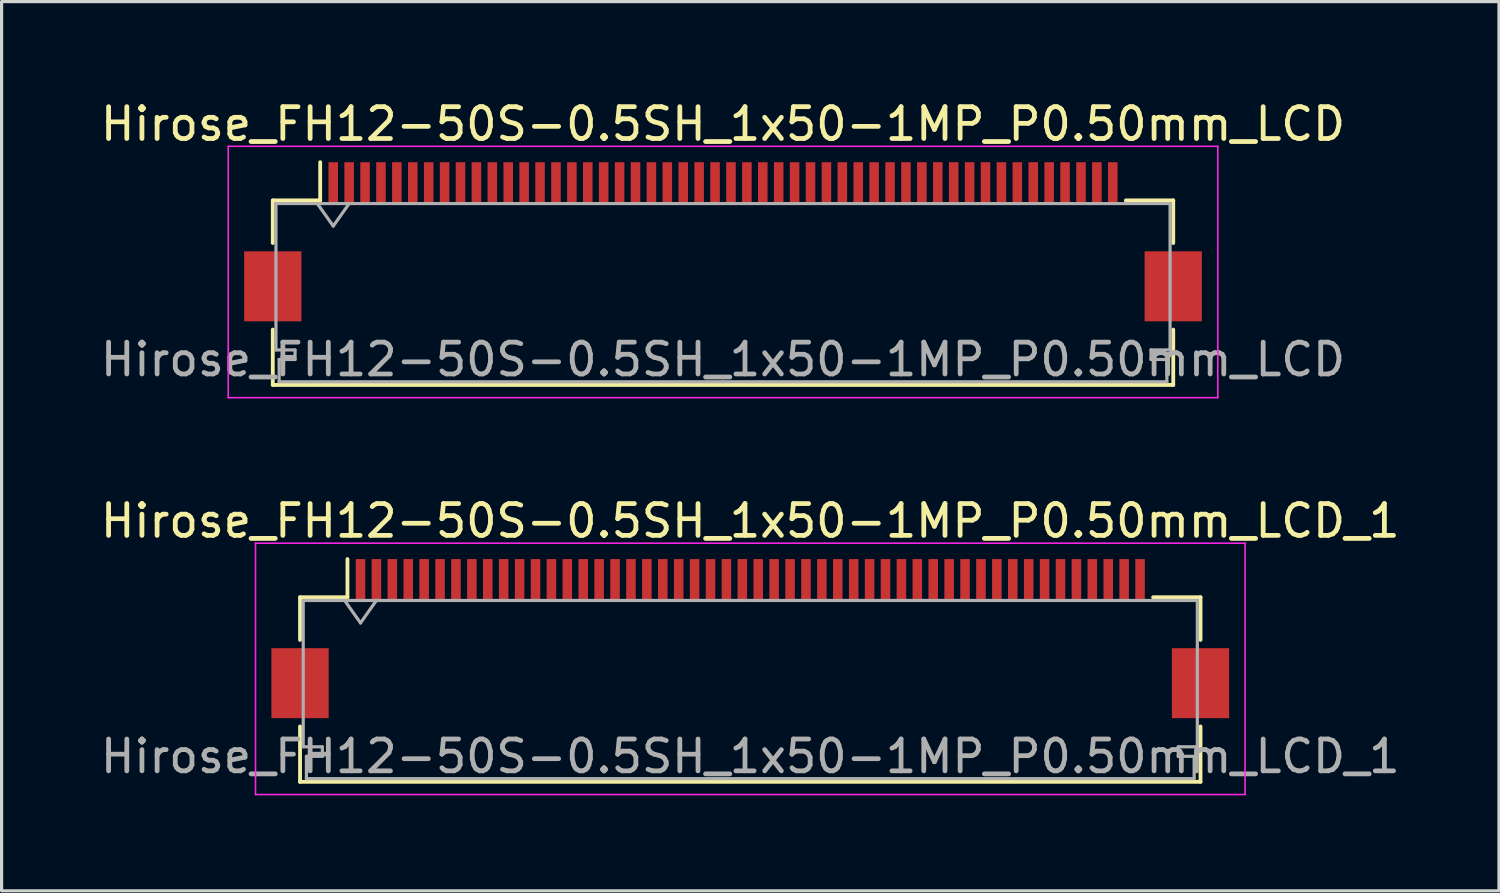
<source format=kicad_pcb>
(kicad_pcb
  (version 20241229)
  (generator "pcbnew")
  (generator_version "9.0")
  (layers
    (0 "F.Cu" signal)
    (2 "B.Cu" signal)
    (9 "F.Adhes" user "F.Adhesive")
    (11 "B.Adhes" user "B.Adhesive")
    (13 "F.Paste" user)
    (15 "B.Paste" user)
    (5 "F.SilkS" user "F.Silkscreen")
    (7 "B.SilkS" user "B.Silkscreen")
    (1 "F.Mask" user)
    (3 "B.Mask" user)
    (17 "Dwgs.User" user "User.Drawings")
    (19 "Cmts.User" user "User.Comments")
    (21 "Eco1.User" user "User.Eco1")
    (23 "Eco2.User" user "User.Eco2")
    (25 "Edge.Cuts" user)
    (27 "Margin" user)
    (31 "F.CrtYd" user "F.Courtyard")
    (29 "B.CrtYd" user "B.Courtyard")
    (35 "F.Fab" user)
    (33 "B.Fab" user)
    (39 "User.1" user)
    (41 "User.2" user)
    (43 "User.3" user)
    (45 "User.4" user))
  (footprint "Hirose_FH12-50S-0.5SH_1x50-1MP_P0.50mm_LCD"
    (layer "F.Cu")
    (at 19.673 4.548)
    (property "Reference" "Hirose_FH12-50S-0.5SH_1x50-1MP_P0.50mm_LCD" (at 0 -3.7 0) (layer "F.SilkS") (effects (font (size 1 1) (thickness 0.15))))
    (attr smd)
    (fp_line (start -14.15 -1.3) (end -14.15 0.04) (stroke (width 0.12) (type solid)) (layer "F.SilkS"))
    (fp_line (start -14.15 2.76) (end -14.15 4.5) (stroke (width 0.12) (type solid)) (layer "F.SilkS"))
    (fp_line (start -14.15 4.5) (end 14.15 4.5) (stroke (width 0.12) (type solid)) (layer "F.SilkS"))
    (fp_line (start -12.66 -1.3) (end -14.15 -1.3) (stroke (width 0.12) (type solid)) (layer "F.SilkS"))
    (fp_line (start -12.66 -1.3) (end -12.66 -2.5) (stroke (width 0.12) (type solid)) (layer "F.SilkS"))
    (fp_line (start 12.66 -1.3) (end 14.15 -1.3) (stroke (width 0.12) (type solid)) (layer "F.SilkS"))
    (fp_line (start 14.15 -1.3) (end 14.15 0.04) (stroke (width 0.12) (type solid)) (layer "F.SilkS"))
    (fp_line (start 14.15 4.5) (end 14.15 2.76) (stroke (width 0.12) (type solid)) (layer "F.SilkS"))
    (fp_line (start -15.55 -3) (end -15.55 4.9) (stroke (width 0.05) (type solid)) (layer "F.CrtYd"))
    (fp_line (start -15.55 4.9) (end 15.55 4.9) (stroke (width 0.05) (type solid)) (layer "F.CrtYd"))
    (fp_line (start 15.55 -3) (end -15.55 -3) (stroke (width 0.05) (type solid)) (layer "F.CrtYd"))
    (fp_line (start 15.55 4.9) (end 15.55 -3) (stroke (width 0.05) (type solid)) (layer "F.CrtYd"))
    (fp_line (start -14.05 -1.2) (end -14.05 3.4) (stroke (width 0.1) (type solid)) (layer "F.Fab"))
    (fp_line (start -14.05 3.4) (end -13.45 3.4) (stroke (width 0.1) (type solid)) (layer "F.Fab"))
    (fp_line (start -13.95 3.7) (end -13.95 4.4) (stroke (width 0.1) (type solid)) (layer "F.Fab"))
    (fp_line (start -13.95 4.4) (end 0 4.4) (stroke (width 0.1) (type solid)) (layer "F.Fab"))
    (fp_line (start -13.45 3.4) (end -13.45 3.7) (stroke (width 0.1) (type solid)) (layer "F.Fab"))
    (fp_line (start -13.45 3.7) (end -13.95 3.7) (stroke (width 0.1) (type solid)) (layer "F.Fab"))
    (fp_line (start -12.75 -1.2) (end -12.25 -0.493) (stroke (width 0.1) (type solid)) (layer "F.Fab"))
    (fp_line (start -12.25 -0.493) (end -11.75 -1.2) (stroke (width 0.1) (type solid)) (layer "F.Fab"))
    (fp_line (start 0 -1.2) (end -14.05 -1.2) (stroke (width 0.1) (type solid)) (layer "F.Fab"))
    (fp_line (start 0 -1.2) (end 14.05 -1.2) (stroke (width 0.1) (type solid)) (layer "F.Fab"))
    (fp_line (start 13.45 3.4) (end 13.45 3.7) (stroke (width 0.1) (type solid)) (layer "F.Fab"))
    (fp_line (start 13.45 3.7) (end 13.95 3.7) (stroke (width 0.1) (type solid)) (layer "F.Fab"))
    (fp_line (start 13.95 3.7) (end 13.95 4.4) (stroke (width 0.1) (type solid)) (layer "F.Fab"))
    (fp_line (start 13.95 4.4) (end 0 4.4) (stroke (width 0.1) (type solid)) (layer "F.Fab"))
    (fp_line (start 14.05 -1.2) (end 14.05 3.4) (stroke (width 0.1) (type solid)) (layer "F.Fab"))
    (fp_line (start 14.05 3.4) (end 13.45 3.4) (stroke (width 0.1) (type solid)) (layer "F.Fab"))
    (fp_text user "${REFERENCE}" (at 0 3.7 0) (layer "F.Fab") (effects (font (size 1 1) (thickness 0.15))))
    (pad "1" smd rect (at -12.25 -1.85) (size 0.3 1.3) (layers "F.Cu" "F.Mask" "F.Paste"))
    (pad "2" smd rect (at -11.75 -1.85) (size 0.3 1.3) (layers "F.Cu" "F.Mask" "F.Paste"))
    (pad "3" smd rect (at -11.25 -1.85) (size 0.3 1.3) (layers "F.Cu" "F.Mask" "F.Paste"))
    (pad "4" smd rect (at -10.75 -1.85) (size 0.3 1.3) (layers "F.Cu" "F.Mask" "F.Paste"))
    (pad "5" smd rect (at -10.25 -1.85) (size 0.3 1.3) (layers "F.Cu" "F.Mask" "F.Paste"))
    (pad "6" smd rect (at -9.75 -1.85) (size 0.3 1.3) (layers "F.Cu" "F.Mask" "F.Paste"))
    (pad "7" smd rect (at -9.25 -1.85) (size 0.3 1.3) (layers "F.Cu" "F.Mask" "F.Paste"))
    (pad "8" smd rect (at -8.75 -1.85) (size 0.3 1.3) (layers "F.Cu" "F.Mask" "F.Paste"))
    (pad "9" smd rect (at -8.25 -1.85) (size 0.3 1.3) (layers "F.Cu" "F.Mask" "F.Paste"))
    (pad "10" smd rect (at -7.75 -1.85) (size 0.3 1.3) (layers "F.Cu" "F.Mask" "F.Paste"))
    (pad "11" smd rect (at -7.25 -1.85) (size 0.3 1.3) (layers "F.Cu" "F.Mask" "F.Paste"))
    (pad "12" smd rect (at -6.75 -1.85) (size 0.3 1.3) (layers "F.Cu" "F.Mask" "F.Paste"))
    (pad "13" smd rect (at -6.25 -1.85) (size 0.3 1.3) (layers "F.Cu" "F.Mask" "F.Paste"))
    (pad "14" smd rect (at -5.75 -1.85) (size 0.3 1.3) (layers "F.Cu" "F.Mask" "F.Paste"))
    (pad "15" smd rect (at -5.25 -1.85) (size 0.3 1.3) (layers "F.Cu" "F.Mask" "F.Paste"))
    (pad "16" smd rect (at -4.75 -1.85) (size 0.3 1.3) (layers "F.Cu" "F.Mask" "F.Paste"))
    (pad "17" smd rect (at -4.25 -1.85) (size 0.3 1.3) (layers "F.Cu" "F.Mask" "F.Paste"))
    (pad "18" smd rect (at -3.75 -1.85) (size 0.3 1.3) (layers "F.Cu" "F.Mask" "F.Paste"))
    (pad "19" smd rect (at -3.25 -1.85) (size 0.3 1.3) (layers "F.Cu" "F.Mask" "F.Paste"))
    (pad "20" smd rect (at -2.75 -1.85) (size 0.3 1.3) (layers "F.Cu" "F.Mask" "F.Paste"))
    (pad "21" smd rect (at -2.25 -1.85) (size 0.3 1.3) (layers "F.Cu" "F.Mask" "F.Paste"))
    (pad "22" smd rect (at -1.75 -1.85) (size 0.3 1.3) (layers "F.Cu" "F.Mask" "F.Paste"))
    (pad "23" smd rect (at -1.25 -1.85) (size 0.3 1.3) (layers "F.Cu" "F.Mask" "F.Paste"))
    (pad "24" smd rect (at -0.75 -1.85) (size 0.3 1.3) (layers "F.Cu" "F.Mask" "F.Paste"))
    (pad "25" smd rect (at -0.25 -1.85) (size 0.3 1.3) (layers "F.Cu" "F.Mask" "F.Paste"))
    (pad "26" smd rect (at 0.25 -1.85) (size 0.3 1.3) (layers "F.Cu" "F.Mask" "F.Paste"))
    (pad "27" smd rect (at 0.75 -1.85) (size 0.3 1.3) (layers "F.Cu" "F.Mask" "F.Paste"))
    (pad "28" smd rect (at 1.25 -1.85) (size 0.3 1.3) (layers "F.Cu" "F.Mask" "F.Paste"))
    (pad "29" smd rect (at 1.75 -1.85) (size 0.3 1.3) (layers "F.Cu" "F.Mask" "F.Paste"))
    (pad "30" smd rect (at 2.25 -1.85) (size 0.3 1.3) (layers "F.Cu" "F.Mask" "F.Paste"))
    (pad "31" smd rect (at 2.75 -1.85) (size 0.3 1.3) (layers "F.Cu" "F.Mask" "F.Paste"))
    (pad "32" smd rect (at 3.25 -1.85) (size 0.3 1.3) (layers "F.Cu" "F.Mask" "F.Paste"))
    (pad "33" smd rect (at 3.75 -1.85) (size 0.3 1.3) (layers "F.Cu" "F.Mask" "F.Paste"))
    (pad "34" smd rect (at 4.25 -1.85) (size 0.3 1.3) (layers "F.Cu" "F.Mask" "F.Paste"))
    (pad "35" smd rect (at 4.75 -1.85) (size 0.3 1.3) (layers "F.Cu" "F.Mask" "F.Paste"))
    (pad "36" smd rect (at 5.25 -1.85) (size 0.3 1.3) (layers "F.Cu" "F.Mask" "F.Paste"))
    (pad "37" smd rect (at 5.75 -1.85) (size 0.3 1.3) (layers "F.Cu" "F.Mask" "F.Paste"))
    (pad "38" smd rect (at 6.25 -1.85) (size 0.3 1.3) (layers "F.Cu" "F.Mask" "F.Paste"))
    (pad "39" smd rect (at 6.75 -1.85) (size 0.3 1.3) (layers "F.Cu" "F.Mask" "F.Paste"))
    (pad "40" smd rect (at 7.25 -1.85) (size 0.3 1.3) (layers "F.Cu" "F.Mask" "F.Paste"))
    (pad "41" smd rect (at 7.75 -1.85) (size 0.3 1.3) (layers "F.Cu" "F.Mask" "F.Paste"))
    (pad "42" smd rect (at 8.25 -1.85) (size 0.3 1.3) (layers "F.Cu" "F.Mask" "F.Paste"))
    (pad "43" smd rect (at 8.75 -1.85) (size 0.3 1.3) (layers "F.Cu" "F.Mask" "F.Paste"))
    (pad "44" smd rect (at 9.25 -1.85) (size 0.3 1.3) (layers "F.Cu" "F.Mask" "F.Paste"))
    (pad "45" smd rect (at 9.75 -1.85) (size 0.3 1.3) (layers "F.Cu" "F.Mask" "F.Paste"))
    (pad "46" smd rect (at 10.25 -1.85) (size 0.3 1.3) (layers "F.Cu" "F.Mask" "F.Paste"))
    (pad "47" smd rect (at 10.75 -1.85) (size 0.3 1.3) (layers "F.Cu" "F.Mask" "F.Paste"))
    (pad "48" smd rect (at 11.25 -1.85) (size 0.3 1.3) (layers "F.Cu" "F.Mask" "F.Paste"))
    (pad "49" smd rect (at 11.75 -1.85) (size 0.3 1.3) (layers "F.Cu" "F.Mask" "F.Paste"))
    (pad "50" smd rect (at 12.25 -1.85) (size 0.3 1.3) (layers "F.Cu" "F.Mask" "F.Paste"))
    (pad "MP" smd rect (at -14.15 1.4) (size 1.8 2.2) (layers "F.Cu" "F.Mask" "F.Paste"))
    (pad "MP" smd rect (at 14.15 1.4) (size 1.8 2.2) (layers "F.Cu" "F.Mask" "F.Paste")))
  (footprint "Hirose_FH12-50S-0.5SH_1x50-1MP_P0.50mm_LCD_1"
    (layer "F.Cu")
    (at 20.53 17.021)
    (property "Reference" "Hirose_FH12-50S-0.5SH_1x50-1MP_P0.50mm_LCD_1" (at 0 -3.7 0) (layer "F.SilkS") (effects (font (size 1 1) (thickness 0.15))))
    (attr smd)
    (fp_line (start -14.15 -1.3) (end -14.15 0.04) (stroke (width 0.12) (type solid)) (layer "F.SilkS"))
    (fp_line (start -14.15 2.76) (end -14.15 4.5) (stroke (width 0.12) (type solid)) (layer "F.SilkS"))
    (fp_line (start -14.15 4.5) (end 14.15 4.5) (stroke (width 0.12) (type solid)) (layer "F.SilkS"))
    (fp_line (start -12.66 -1.3) (end -14.15 -1.3) (stroke (width 0.12) (type solid)) (layer "F.SilkS"))
    (fp_line (start -12.66 -1.3) (end -12.66 -2.5) (stroke (width 0.12) (type solid)) (layer "F.SilkS"))
    (fp_line (start 12.66 -1.3) (end 14.15 -1.3) (stroke (width 0.12) (type solid)) (layer "F.SilkS"))
    (fp_line (start 14.15 -1.3) (end 14.15 0.04) (stroke (width 0.12) (type solid)) (layer "F.SilkS"))
    (fp_line (start 14.15 4.5) (end 14.15 2.76) (stroke (width 0.12) (type solid)) (layer "F.SilkS"))
    (fp_line (start -15.55 -3) (end -15.55 4.9) (stroke (width 0.05) (type solid)) (layer "F.CrtYd"))
    (fp_line (start -15.55 4.9) (end 15.55 4.9) (stroke (width 0.05) (type solid)) (layer "F.CrtYd"))
    (fp_line (start 15.55 -3) (end -15.55 -3) (stroke (width 0.05) (type solid)) (layer "F.CrtYd"))
    (fp_line (start 15.55 4.9) (end 15.55 -3) (stroke (width 0.05) (type solid)) (layer "F.CrtYd"))
    (fp_line (start -14.05 -1.2) (end -14.05 3.4) (stroke (width 0.1) (type solid)) (layer "F.Fab"))
    (fp_line (start -14.05 3.4) (end -13.45 3.4) (stroke (width 0.1) (type solid)) (layer "F.Fab"))
    (fp_line (start -13.95 3.7) (end -13.95 4.4) (stroke (width 0.1) (type solid)) (layer "F.Fab"))
    (fp_line (start -13.95 4.4) (end 0 4.4) (stroke (width 0.1) (type solid)) (layer "F.Fab"))
    (fp_line (start -13.45 3.4) (end -13.45 3.7) (stroke (width 0.1) (type solid)) (layer "F.Fab"))
    (fp_line (start -13.45 3.7) (end -13.95 3.7) (stroke (width 0.1) (type solid)) (layer "F.Fab"))
    (fp_line (start -12.75 -1.2) (end -12.25 -0.493) (stroke (width 0.1) (type solid)) (layer "F.Fab"))
    (fp_line (start -12.25 -0.493) (end -11.75 -1.2) (stroke (width 0.1) (type solid)) (layer "F.Fab"))
    (fp_line (start 0 -1.2) (end -14.05 -1.2) (stroke (width 0.1) (type solid)) (layer "F.Fab"))
    (fp_line (start 0 -1.2) (end 14.05 -1.2) (stroke (width 0.1) (type solid)) (layer "F.Fab"))
    (fp_line (start 13.45 3.4) (end 13.45 3.7) (stroke (width 0.1) (type solid)) (layer "F.Fab"))
    (fp_line (start 13.45 3.7) (end 13.95 3.7) (stroke (width 0.1) (type solid)) (layer "F.Fab"))
    (fp_line (start 13.95 3.7) (end 13.95 4.4) (stroke (width 0.1) (type solid)) (layer "F.Fab"))
    (fp_line (start 13.95 4.4) (end 0 4.4) (stroke (width 0.1) (type solid)) (layer "F.Fab"))
    (fp_line (start 14.05 -1.2) (end 14.05 3.4) (stroke (width 0.1) (type solid)) (layer "F.Fab"))
    (fp_line (start 14.05 3.4) (end 13.45 3.4) (stroke (width 0.1) (type solid)) (layer "F.Fab"))
    (fp_text user "${REFERENCE}" (at 0 3.7 0) (layer "F.Fab") (effects (font (size 1 1) (thickness 0.15))))
    (pad "1" smd rect (at 12.25 -1.85) (size 0.3 1.3) (layers "F.Cu" "F.Mask" "F.Paste"))
    (pad "2" smd rect (at 11.75 -1.85) (size 0.3 1.3) (layers "F.Cu" "F.Mask" "F.Paste"))
    (pad "3" smd rect (at 11.25 -1.85) (size 0.3 1.3) (layers "F.Cu" "F.Mask" "F.Paste"))
    (pad "4" smd rect (at 10.75 -1.85) (size 0.3 1.3) (layers "F.Cu" "F.Mask" "F.Paste"))
    (pad "5" smd rect (at 10.25 -1.85) (size 0.3 1.3) (layers "F.Cu" "F.Mask" "F.Paste"))
    (pad "6" smd rect (at 9.75 -1.85) (size 0.3 1.3) (layers "F.Cu" "F.Mask" "F.Paste"))
    (pad "7" smd rect (at 9.25 -1.85) (size 0.3 1.3) (layers "F.Cu" "F.Mask" "F.Paste"))
    (pad "8" smd rect (at 8.75 -1.85) (size 0.3 1.3) (layers "F.Cu" "F.Mask" "F.Paste"))
    (pad "9" smd rect (at 8.25 -1.85) (size 0.3 1.3) (layers "F.Cu" "F.Mask" "F.Paste"))
    (pad "10" smd rect (at 7.75 -1.85) (size 0.3 1.3) (layers "F.Cu" "F.Mask" "F.Paste"))
    (pad "11" smd rect (at 7.25 -1.85) (size 0.3 1.3) (layers "F.Cu" "F.Mask" "F.Paste"))
    (pad "12" smd rect (at 6.75 -1.85) (size 0.3 1.3) (layers "F.Cu" "F.Mask" "F.Paste"))
    (pad "13" smd rect (at 6.25 -1.85) (size 0.3 1.3) (layers "F.Cu" "F.Mask" "F.Paste"))
    (pad "14" smd rect (at 5.75 -1.85) (size 0.3 1.3) (layers "F.Cu" "F.Mask" "F.Paste"))
    (pad "15" smd rect (at 5.25 -1.85) (size 0.3 1.3) (layers "F.Cu" "F.Mask" "F.Paste"))
    (pad "16" smd rect (at 4.75 -1.85) (size 0.3 1.3) (layers "F.Cu" "F.Mask" "F.Paste"))
    (pad "17" smd rect (at 4.25 -1.85) (size 0.3 1.3) (layers "F.Cu" "F.Mask" "F.Paste"))
    (pad "18" smd rect (at 3.75 -1.85) (size 0.3 1.3) (layers "F.Cu" "F.Mask" "F.Paste"))
    (pad "19" smd rect (at 3.25 -1.85) (size 0.3 1.3) (layers "F.Cu" "F.Mask" "F.Paste"))
    (pad "20" smd rect (at 2.75 -1.85) (size 0.3 1.3) (layers "F.Cu" "F.Mask" "F.Paste"))
    (pad "21" smd rect (at 2.25 -1.85) (size 0.3 1.3) (layers "F.Cu" "F.Mask" "F.Paste"))
    (pad "22" smd rect (at 1.75 -1.85) (size 0.3 1.3) (layers "F.Cu" "F.Mask" "F.Paste"))
    (pad "23" smd rect (at 1.25 -1.85) (size 0.3 1.3) (layers "F.Cu" "F.Mask" "F.Paste"))
    (pad "24" smd rect (at 0.75 -1.85) (size 0.3 1.3) (layers "F.Cu" "F.Mask" "F.Paste"))
    (pad "25" smd rect (at 0.25 -1.85) (size 0.3 1.3) (layers "F.Cu" "F.Mask" "F.Paste"))
    (pad "26" smd rect (at -0.25 -1.85) (size 0.3 1.3) (layers "F.Cu" "F.Mask" "F.Paste"))
    (pad "27" smd rect (at -0.75 -1.85) (size 0.3 1.3) (layers "F.Cu" "F.Mask" "F.Paste"))
    (pad "28" smd rect (at -1.25 -1.85) (size 0.3 1.3) (layers "F.Cu" "F.Mask" "F.Paste"))
    (pad "29" smd rect (at -1.75 -1.85) (size 0.3 1.3) (layers "F.Cu" "F.Mask" "F.Paste"))
    (pad "30" smd rect (at -2.25 -1.85) (size 0.3 1.3) (layers "F.Cu" "F.Mask" "F.Paste"))
    (pad "31" smd rect (at -2.75 -1.85) (size 0.3 1.3) (layers "F.Cu" "F.Mask" "F.Paste"))
    (pad "32" smd rect (at -3.25 -1.85) (size 0.3 1.3) (layers "F.Cu" "F.Mask" "F.Paste"))
    (pad "33" smd rect (at -3.75 -1.85) (size 0.3 1.3) (layers "F.Cu" "F.Mask" "F.Paste"))
    (pad "34" smd rect (at -4.25 -1.85) (size 0.3 1.3) (layers "F.Cu" "F.Mask" "F.Paste"))
    (pad "35" smd rect (at -4.75 -1.85) (size 0.3 1.3) (layers "F.Cu" "F.Mask" "F.Paste"))
    (pad "36" smd rect (at -5.25 -1.85) (size 0.3 1.3) (layers "F.Cu" "F.Mask" "F.Paste"))
    (pad "37" smd rect (at -5.75 -1.85) (size 0.3 1.3) (layers "F.Cu" "F.Mask" "F.Paste"))
    (pad "38" smd rect (at -6.25 -1.85) (size 0.3 1.3) (layers "F.Cu" "F.Mask" "F.Paste"))
    (pad "39" smd rect (at -6.75 -1.85) (size 0.3 1.3) (layers "F.Cu" "F.Mask" "F.Paste"))
    (pad "40" smd rect (at -7.25 -1.85) (size 0.3 1.3) (layers "F.Cu" "F.Mask" "F.Paste"))
    (pad "41" smd rect (at -7.75 -1.85) (size 0.3 1.3) (layers "F.Cu" "F.Mask" "F.Paste"))
    (pad "42" smd rect (at -8.25 -1.85) (size 0.3 1.3) (layers "F.Cu" "F.Mask" "F.Paste"))
    (pad "43" smd rect (at -8.75 -1.85) (size 0.3 1.3) (layers "F.Cu" "F.Mask" "F.Paste"))
    (pad "44" smd rect (at -9.25 -1.85) (size 0.3 1.3) (layers "F.Cu" "F.Mask" "F.Paste"))
    (pad "45" smd rect (at -9.75 -1.85) (size 0.3 1.3) (layers "F.Cu" "F.Mask" "F.Paste"))
    (pad "46" smd rect (at -10.25 -1.85) (size 0.3 1.3) (layers "F.Cu" "F.Mask" "F.Paste"))
    (pad "47" smd rect (at -10.75 -1.85) (size 0.3 1.3) (layers "F.Cu" "F.Mask" "F.Paste"))
    (pad "48" smd rect (at -11.25 -1.85) (size 0.3 1.3) (layers "F.Cu" "F.Mask" "F.Paste"))
    (pad "49" smd rect (at -11.75 -1.85) (size 0.3 1.3) (layers "F.Cu" "F.Mask" "F.Paste"))
    (pad "50" smd rect (at -12.25 -1.85) (size 0.3 1.3) (layers "F.Cu" "F.Mask" "F.Paste"))
    (pad "MP" smd rect (at -14.15 1.4) (size 1.8 2.2) (layers "F.Cu" "F.Mask" "F.Paste"))
    (pad "MP" smd rect (at 14.15 1.4) (size 1.8 2.2) (layers "F.Cu" "F.Mask" "F.Paste")))
  (gr_rect
    (start -3 -3)
    (end 44.06 24.947)
    (stroke (width 0.1) (type default))
    (fill no)
    (layer "Edge.Cuts")))
</source>
